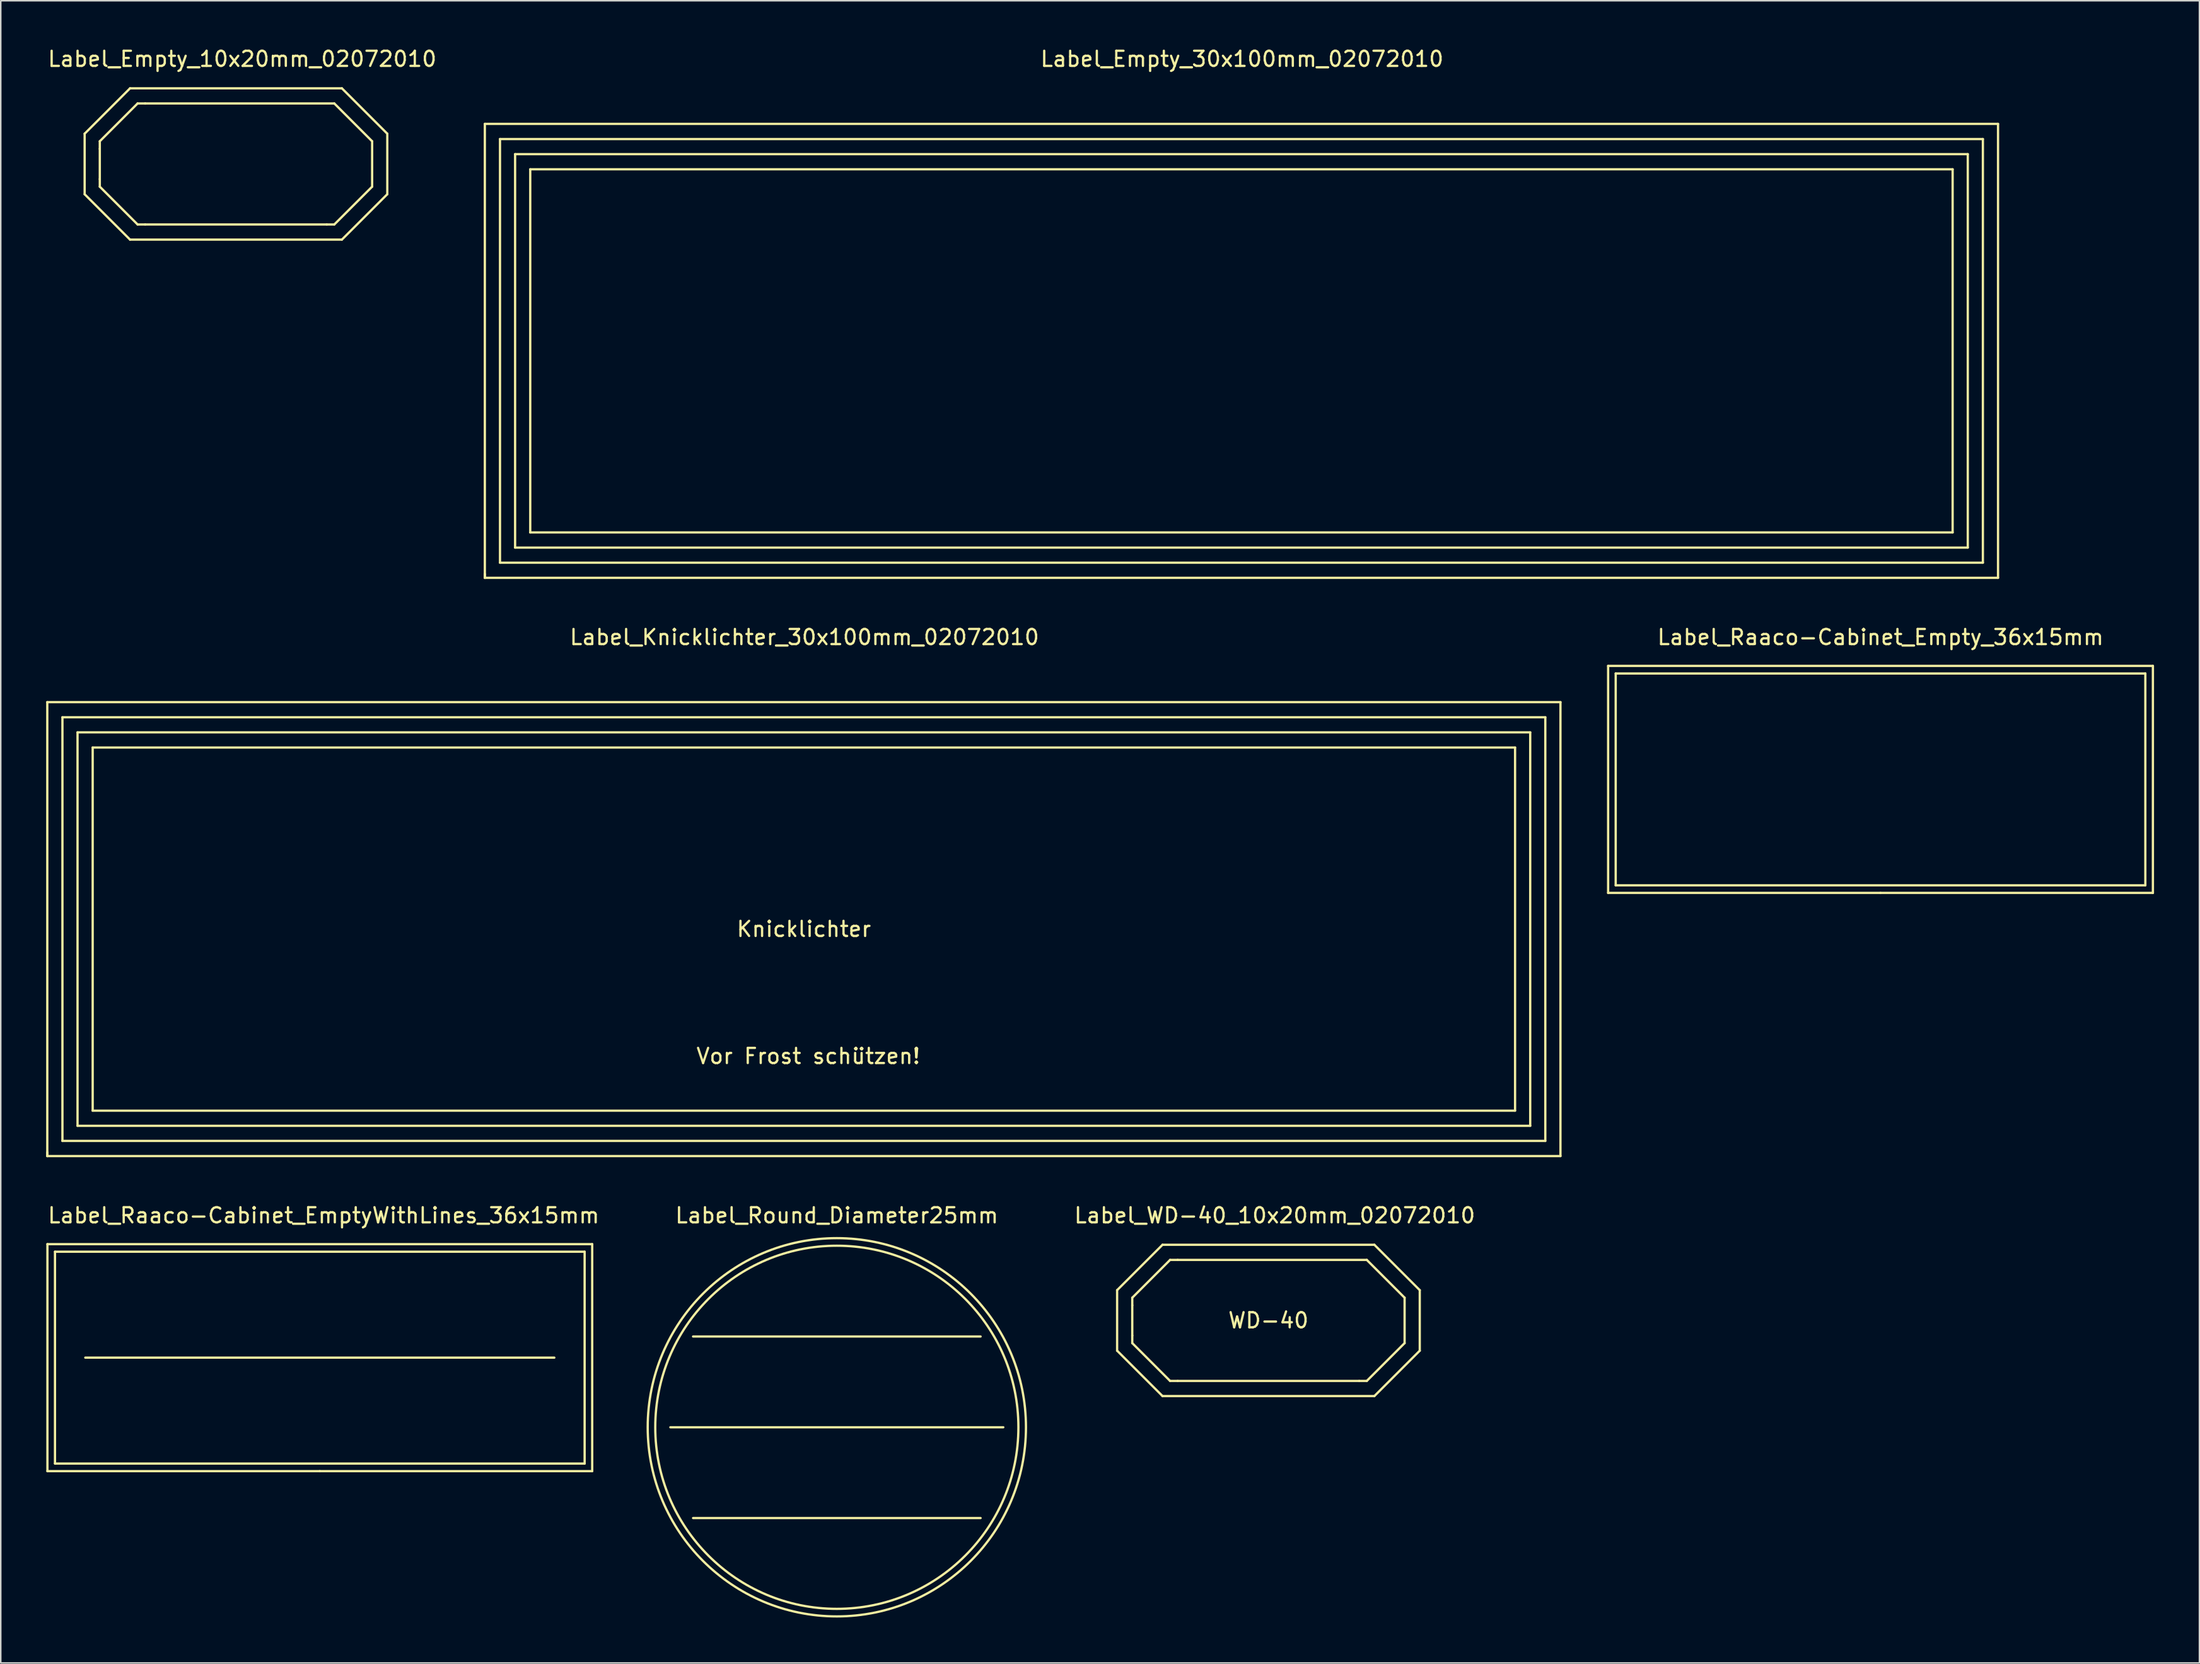
<source format=kicad_pcb>
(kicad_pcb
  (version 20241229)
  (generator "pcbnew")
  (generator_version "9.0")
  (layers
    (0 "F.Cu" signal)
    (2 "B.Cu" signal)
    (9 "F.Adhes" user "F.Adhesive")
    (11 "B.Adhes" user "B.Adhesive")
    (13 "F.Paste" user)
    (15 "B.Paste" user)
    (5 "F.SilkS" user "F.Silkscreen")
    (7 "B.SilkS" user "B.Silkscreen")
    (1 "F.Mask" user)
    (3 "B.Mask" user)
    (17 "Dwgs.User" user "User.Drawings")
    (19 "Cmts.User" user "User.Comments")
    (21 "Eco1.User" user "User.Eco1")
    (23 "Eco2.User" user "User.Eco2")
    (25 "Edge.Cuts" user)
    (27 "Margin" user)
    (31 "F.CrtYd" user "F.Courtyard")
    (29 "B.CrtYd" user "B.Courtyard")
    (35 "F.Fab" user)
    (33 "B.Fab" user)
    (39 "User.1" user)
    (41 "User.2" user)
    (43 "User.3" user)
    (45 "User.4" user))
  (footprint "Label_Empty_10x20mm_02072010"
    (layer "F.Cu")
    (at 12.958 7.96)
    (property "Reference" "Label_Empty_10x20mm_02072010" (at 0 -7.112 0) (layer "F.SilkS") (effects (font (size 1 1) (thickness 0.15))))
    (attr through_hole)
    (fp_line (start -10.414 -2.174) (end -10.414 1.826) (stroke (width 0.15) (type solid)) (layer "F.SilkS"))
    (fp_line (start -10.414 -2.174) (end -7.414 -5.174) (stroke (width 0.15) (type solid)) (layer "F.SilkS"))
    (fp_line (start -10.414 1.826) (end -7.414 4.826) (stroke (width 0.15) (type solid)) (layer "F.SilkS"))
    (fp_line (start -9.413 -1.674) (end -6.914 -4.173) (stroke (width 0.15) (type solid)) (layer "F.SilkS"))
    (fp_line (start -9.413 -1.173) (end -9.413 -1.674) (stroke (width 0.15) (type solid)) (layer "F.SilkS"))
    (fp_line (start -9.413 -1.173) (end -9.413 0.826) (stroke (width 0.15) (type solid)) (layer "F.SilkS"))
    (fp_line (start -9.413 0.826) (end -9.413 1.326) (stroke (width 0.15) (type solid)) (layer "F.SilkS"))
    (fp_line (start -9.413 1.326) (end -6.914 3.825) (stroke (width 0.15) (type solid)) (layer "F.SilkS"))
    (fp_line (start -7.414 -5.174) (end 6.586 -5.174) (stroke (width 0.15) (type solid)) (layer "F.SilkS"))
    (fp_line (start -6.914 -4.173) (end -6.413 -4.173) (stroke (width 0.15) (type solid)) (layer "F.SilkS"))
    (fp_line (start -6.914 3.825) (end -6.413 3.825) (stroke (width 0.15) (type solid)) (layer "F.SilkS"))
    (fp_line (start -6.413 3.825) (end 5.585 3.825) (stroke (width 0.15) (type solid)) (layer "F.SilkS"))
    (fp_line (start 6.086 -4.173) (end -6.413 -4.173) (stroke (width 0.15) (type solid)) (layer "F.SilkS"))
    (fp_line (start 6.086 3.825) (end 5.585 3.825) (stroke (width 0.15) (type solid)) (layer "F.SilkS"))
    (fp_line (start 6.586 4.826) (end -7.414 4.826) (stroke (width 0.15) (type solid)) (layer "F.SilkS"))
    (fp_line (start 6.586 4.826) (end 9.586 1.826) (stroke (width 0.15) (type solid)) (layer "F.SilkS"))
    (fp_line (start 8.585 -1.674) (end 6.086 -4.173) (stroke (width 0.15) (type solid)) (layer "F.SilkS"))
    (fp_line (start 8.585 -1.674) (end 8.585 1.326) (stroke (width 0.15) (type solid)) (layer "F.SilkS"))
    (fp_line (start 8.585 1.326) (end 6.086 3.825) (stroke (width 0.15) (type solid)) (layer "F.SilkS"))
    (fp_line (start 9.586 -2.174) (end 6.586 -5.174) (stroke (width 0.15) (type solid)) (layer "F.SilkS"))
    (fp_line (start 9.586 -2.174) (end 9.586 1.826) (stroke (width 0.15) (type solid)) (layer "F.SilkS")))
  (footprint "Label_Knicklichter_30x100mm_02072010"
    (layer "F.Cu")
    (at 50.113 58.365)
    (property "Reference" "Label_Knicklichter_30x100mm_02072010" (at 0 -19.304 0) (layer "F.SilkS") (effects (font (size 1 1) (thickness 0.15))))
    (attr through_hole)
    (fp_line (start -50.038 -15.014) (end -50.038 14.986) (stroke (width 0.15) (type solid)) (layer "F.SilkS"))
    (fp_line (start -50.038 14.986) (end -50.038 14.737) (stroke (width 0.15) (type solid)) (layer "F.SilkS"))
    (fp_line (start -50.038 14.986) (end 49.962 14.986) (stroke (width 0.15) (type solid)) (layer "F.SilkS"))
    (fp_line (start -49.037 -14.013) (end -49.037 13.985) (stroke (width 0.15) (type solid)) (layer "F.SilkS"))
    (fp_line (start -49.037 13.985) (end 48.961 13.985) (stroke (width 0.15) (type solid)) (layer "F.SilkS"))
    (fp_line (start -48.039 -13.015) (end -48.039 12.987) (stroke (width 0.15) (type solid)) (layer "F.SilkS"))
    (fp_line (start -48.039 12.987) (end 47.963 12.987) (stroke (width 0.15) (type solid)) (layer "F.SilkS"))
    (fp_line (start -47.038 -12.014) (end -47.038 11.986) (stroke (width 0.15) (type solid)) (layer "F.SilkS"))
    (fp_line (start -47.038 11.986) (end 46.962 11.986) (stroke (width 0.15) (type solid)) (layer "F.SilkS"))
    (fp_line (start 46.962 -12.014) (end -47.038 -12.014) (stroke (width 0.15) (type solid)) (layer "F.SilkS"))
    (fp_line (start 46.962 11.986) (end 46.962 -12.014) (stroke (width 0.15) (type solid)) (layer "F.SilkS"))
    (fp_line (start 47.963 -13.015) (end -48.039 -13.015) (stroke (width 0.15) (type solid)) (layer "F.SilkS"))
    (fp_line (start 47.963 12.987) (end 47.963 -13.015) (stroke (width 0.15) (type solid)) (layer "F.SilkS"))
    (fp_line (start 48.961 -14.013) (end -49.037 -14.013) (stroke (width 0.15) (type solid)) (layer "F.SilkS"))
    (fp_line (start 48.961 13.985) (end 48.961 -14.013) (stroke (width 0.15) (type solid)) (layer "F.SilkS"))
    (fp_line (start 49.962 -15.014) (end -50.038 -15.014) (stroke (width 0.15) (type solid)) (layer "F.SilkS"))
    (fp_line (start 49.962 14.986) (end 49.962 -15.014) (stroke (width 0.15) (type solid)) (layer "F.SilkS"))
    (fp_text user "Knicklichter" (at -0.038 -0.015 0) (layer "F.SilkS") (effects (font (size 1 1) (thickness 0.15))))
    (fp_text user "Vor Frost schützen!" (at 0.254 8.382 0) (layer "F.SilkS") (effects (font (size 1 1) (thickness 0.15))))
    (fp_text user "" (at -0.038 7.986 0) (layer "F.SilkS") (effects (font (size 1 1) (thickness 0.15)))))
  (footprint "Label_Empty_30x100mm_02072010"
    (layer "F.Cu")
    (at 79.03 20.152)
    (property "Reference" "Label_Empty_30x100mm_02072010" (at 0 -19.304 0) (layer "F.SilkS") (effects (font (size 1 1) (thickness 0.15))))
    (attr through_hole)
    (fp_line (start -50.038 -15.014) (end -50.038 14.986) (stroke (width 0.15) (type solid)) (layer "F.SilkS"))
    (fp_line (start -50.038 14.986) (end -50.038 14.737) (stroke (width 0.15) (type solid)) (layer "F.SilkS"))
    (fp_line (start -50.038 14.986) (end 49.962 14.986) (stroke (width 0.15) (type solid)) (layer "F.SilkS"))
    (fp_line (start -49.037 -14.013) (end -49.037 13.985) (stroke (width 0.15) (type solid)) (layer "F.SilkS"))
    (fp_line (start -49.037 13.985) (end 48.961 13.985) (stroke (width 0.15) (type solid)) (layer "F.SilkS"))
    (fp_line (start -48.039 -13.015) (end -48.039 12.987) (stroke (width 0.15) (type solid)) (layer "F.SilkS"))
    (fp_line (start -48.039 12.987) (end 47.963 12.987) (stroke (width 0.15) (type solid)) (layer "F.SilkS"))
    (fp_line (start -47.038 -12.014) (end -47.038 11.986) (stroke (width 0.15) (type solid)) (layer "F.SilkS"))
    (fp_line (start -47.038 11.986) (end 46.962 11.986) (stroke (width 0.15) (type solid)) (layer "F.SilkS"))
    (fp_line (start 46.962 -12.014) (end -47.038 -12.014) (stroke (width 0.15) (type solid)) (layer "F.SilkS"))
    (fp_line (start 46.962 11.986) (end 46.962 -12.014) (stroke (width 0.15) (type solid)) (layer "F.SilkS"))
    (fp_line (start 47.963 -13.015) (end -48.039 -13.015) (stroke (width 0.15) (type solid)) (layer "F.SilkS"))
    (fp_line (start 47.963 12.987) (end 47.963 -13.015) (stroke (width 0.15) (type solid)) (layer "F.SilkS"))
    (fp_line (start 48.961 -14.013) (end -49.037 -14.013) (stroke (width 0.15) (type solid)) (layer "F.SilkS"))
    (fp_line (start 48.961 13.985) (end 48.961 -14.013) (stroke (width 0.15) (type solid)) (layer "F.SilkS"))
    (fp_line (start 49.962 -15.014) (end -50.038 -15.014) (stroke (width 0.15) (type solid)) (layer "F.SilkS"))
    (fp_line (start 49.962 14.986) (end 49.962 -15.014) (stroke (width 0.15) (type solid)) (layer "F.SilkS"))
    (fp_text user "" (at -0.038 7.986 0) (layer "F.SilkS") (effects (font (size 1 1) (thickness 0.15)))))
  (footprint "Label_Raaco-Cabinet_EmptyWithLines_36x15mm"
    (layer "F.Cu")
    (at 18.085 86.673)
    (property "Reference" "Label_Raaco-Cabinet_EmptyWithLines_36x15mm" (at 0.254 -9.398 0) (layer "F.SilkS") (effects (font (size 1 1) (thickness 0.15))))
    (attr through_hole)
    (fp_line (start -18.001 -7.501) (end -18.001 7.501) (stroke (width 0.15) (type solid)) (layer "F.SilkS"))
    (fp_line (start -18.001 7.501) (end 0 7.501) (stroke (width 0.15) (type solid)) (layer "F.SilkS"))
    (fp_line (start -17.501 -7) (end 17.501 -7) (stroke (width 0.15) (type solid)) (layer "F.SilkS"))
    (fp_line (start -17.501 7) (end -17.501 -7) (stroke (width 0.15) (type solid)) (layer "F.SilkS"))
    (fp_line (start -15.499 0) (end 15.499 0) (stroke (width 0.15) (type solid)) (layer "F.SilkS"))
    (fp_line (start 0 7.501) (end 18.001 7.501) (stroke (width 0.15) (type solid)) (layer "F.SilkS"))
    (fp_line (start 17.501 -7) (end 17.501 7) (stroke (width 0.15) (type solid)) (layer "F.SilkS"))
    (fp_line (start 17.501 7) (end -17.501 7) (stroke (width 0.15) (type solid)) (layer "F.SilkS"))
    (fp_line (start 18.001 -7.501) (end -18.001 -7.501) (stroke (width 0.15) (type solid)) (layer "F.SilkS"))
    (fp_line (start 18.001 7.501) (end 18.001 -7.501) (stroke (width 0.15) (type solid)) (layer "F.SilkS")))
  (footprint "Label_Raaco-Cabinet_Empty_36x15mm"
    (layer "F.Cu")
    (at 121.226 48.459)
    (property "Reference" "Label_Raaco-Cabinet_Empty_36x15mm" (at 0 -9.398 0) (layer "F.SilkS") (effects (font (size 1 1) (thickness 0.15))))
    (attr through_hole)
    (fp_line (start -18.001 -7.501) (end -18.001 7.501) (stroke (width 0.15) (type solid)) (layer "F.SilkS"))
    (fp_line (start -18.001 7.501) (end 0 7.501) (stroke (width 0.15) (type solid)) (layer "F.SilkS"))
    (fp_line (start -17.501 -7) (end 17.501 -7) (stroke (width 0.15) (type solid)) (layer "F.SilkS"))
    (fp_line (start -17.501 7) (end -17.501 -7) (stroke (width 0.15) (type solid)) (layer "F.SilkS"))
    (fp_line (start 0 7.501) (end 18.001 7.501) (stroke (width 0.15) (type solid)) (layer "F.SilkS"))
    (fp_line (start 17.501 -7) (end 17.501 7) (stroke (width 0.15) (type solid)) (layer "F.SilkS"))
    (fp_line (start 17.501 7) (end -17.501 7) (stroke (width 0.15) (type solid)) (layer "F.SilkS"))
    (fp_line (start 18.001 -7.501) (end -18.001 -7.501) (stroke (width 0.15) (type solid)) (layer "F.SilkS"))
    (fp_line (start 18.001 7.501) (end 18.001 -7.501) (stroke (width 0.15) (type solid)) (layer "F.SilkS")))
  (footprint "Label_WD-40_10x20mm_02072010"
    (layer "F.Cu")
    (at 81.19 84.387)
    (property "Reference" "Label_WD-40_10x20mm_02072010" (at 0 -7.112 0) (layer "F.SilkS") (effects (font (size 1 1) (thickness 0.15))))
    (attr through_hole)
    (fp_line (start -10.414 -2.174) (end -10.414 1.826) (stroke (width 0.15) (type solid)) (layer "F.SilkS"))
    (fp_line (start -10.414 -2.174) (end -7.414 -5.174) (stroke (width 0.15) (type solid)) (layer "F.SilkS"))
    (fp_line (start -10.414 1.826) (end -7.414 4.826) (stroke (width 0.15) (type solid)) (layer "F.SilkS"))
    (fp_line (start -9.413 -1.674) (end -6.914 -4.173) (stroke (width 0.15) (type solid)) (layer "F.SilkS"))
    (fp_line (start -9.413 -1.173) (end -9.413 -1.674) (stroke (width 0.15) (type solid)) (layer "F.SilkS"))
    (fp_line (start -9.413 -1.173) (end -9.413 0.826) (stroke (width 0.15) (type solid)) (layer "F.SilkS"))
    (fp_line (start -9.413 0.826) (end -9.413 1.326) (stroke (width 0.15) (type solid)) (layer "F.SilkS"))
    (fp_line (start -9.413 1.326) (end -6.914 3.825) (stroke (width 0.15) (type solid)) (layer "F.SilkS"))
    (fp_line (start -7.414 -5.174) (end 6.586 -5.174) (stroke (width 0.15) (type solid)) (layer "F.SilkS"))
    (fp_line (start -6.914 -4.173) (end -6.413 -4.173) (stroke (width 0.15) (type solid)) (layer "F.SilkS"))
    (fp_line (start -6.914 3.825) (end -6.413 3.825) (stroke (width 0.15) (type solid)) (layer "F.SilkS"))
    (fp_line (start -6.413 3.825) (end 5.585 3.825) (stroke (width 0.15) (type solid)) (layer "F.SilkS"))
    (fp_line (start 6.086 -4.173) (end -6.413 -4.173) (stroke (width 0.15) (type solid)) (layer "F.SilkS"))
    (fp_line (start 6.086 3.825) (end 5.585 3.825) (stroke (width 0.15) (type solid)) (layer "F.SilkS"))
    (fp_line (start 6.586 4.826) (end -7.414 4.826) (stroke (width 0.15) (type solid)) (layer "F.SilkS"))
    (fp_line (start 6.586 4.826) (end 9.586 1.826) (stroke (width 0.15) (type solid)) (layer "F.SilkS"))
    (fp_line (start 8.585 -1.674) (end 6.086 -4.173) (stroke (width 0.15) (type solid)) (layer "F.SilkS"))
    (fp_line (start 8.585 -1.674) (end 8.585 1.326) (stroke (width 0.15) (type solid)) (layer "F.SilkS"))
    (fp_line (start 8.585 1.326) (end 6.086 3.825) (stroke (width 0.15) (type solid)) (layer "F.SilkS"))
    (fp_line (start 9.586 -2.174) (end 6.586 -5.174) (stroke (width 0.15) (type solid)) (layer "F.SilkS"))
    (fp_line (start 9.586 -2.174) (end 9.586 1.826) (stroke (width 0.15) (type solid)) (layer "F.SilkS"))
    (fp_text user "WD-40" (at -0.414 -0.175 0) (layer "F.SilkS") (effects (font (size 1 1) (thickness 0.15)))))
  (footprint "Label_Round_Diameter25mm"
    (layer "F.Cu")
    (at 52.253 91.275)
    (property "Reference" "Label_Round_Diameter25mm" (at 0 -14 0) (layer "F.SilkS") (effects (font (size 1 1) (thickness 0.15))))
    (attr through_hole)
    (fp_line (start -11.001 0) (end 11.001 0) (stroke (width 0.15) (type solid)) (layer "F.SilkS"))
    (fp_line (start -9.5 5.999) (end 9.5 5.999) (stroke (width 0.15) (type solid)) (layer "F.SilkS"))
    (fp_line (start 9.5 -5.999) (end -9.5 -5.999) (stroke (width 0.15) (type solid)) (layer "F.SilkS"))
    (fp_circle (center 0 0) (end -11.999 0) (stroke (width 0.15) (type solid)) (fill no) (layer "F.SilkS"))
    (fp_circle (center 0 0) (end 12.499 0) (stroke (width 0.15) (type solid)) (fill no) (layer "F.SilkS")))
  (gr_rect
    (start -3 -3)
    (end 142.302 106.85)
    (stroke (width 0.1) (type default))
    (fill no)
    (layer "Edge.Cuts")))
</source>
